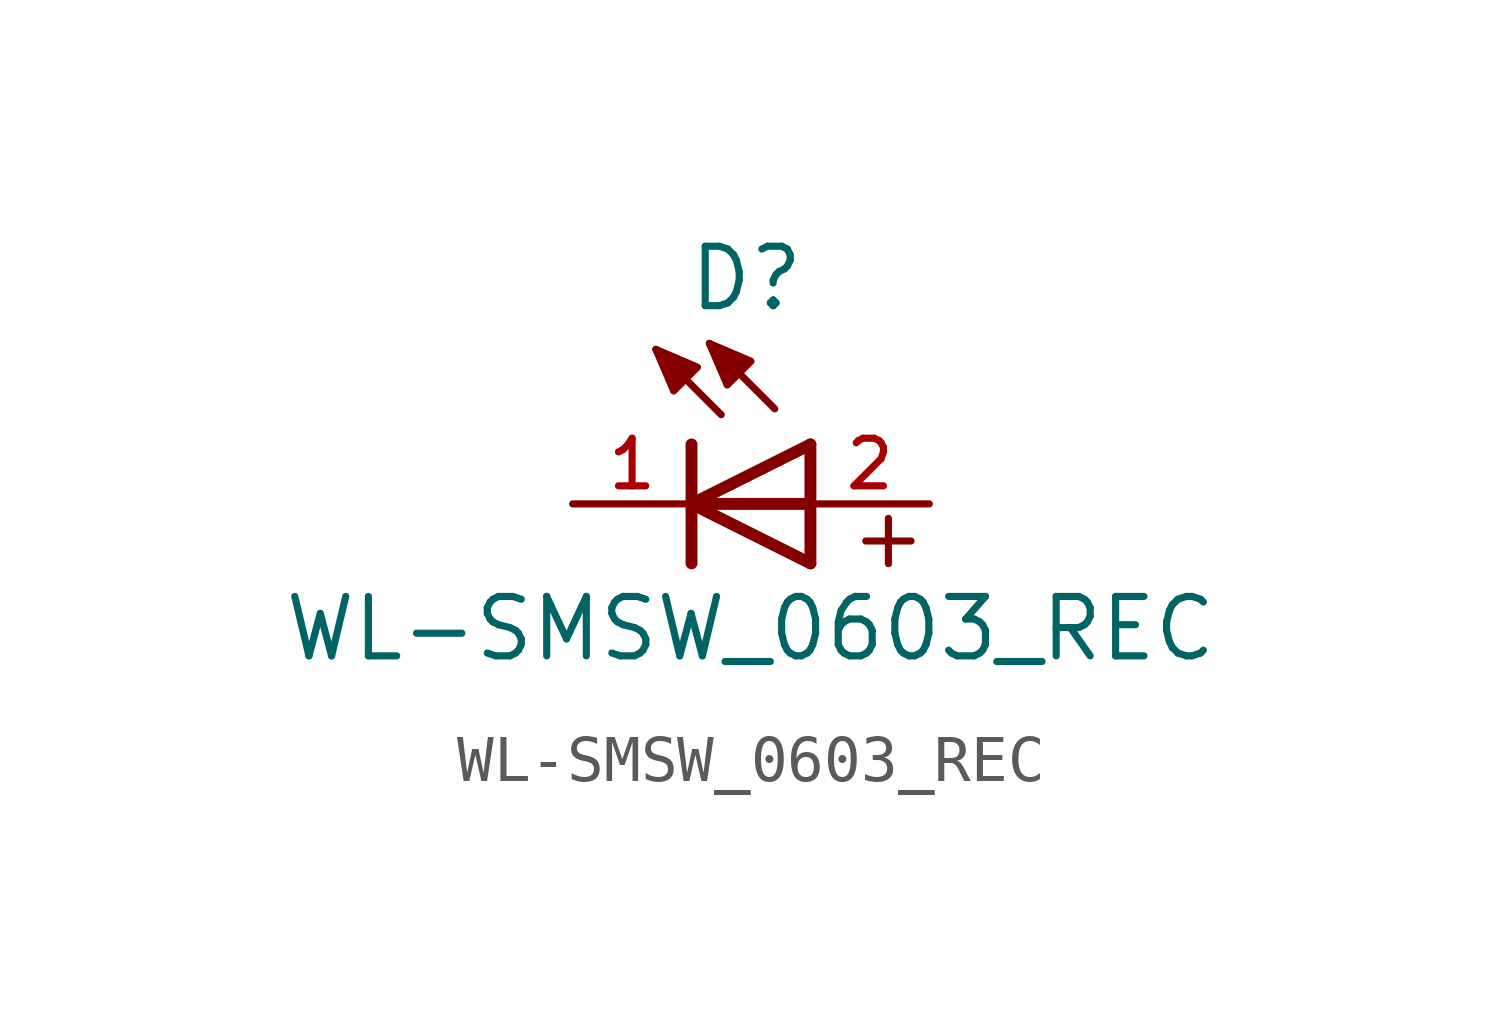
<source format=kicad_sym>
(kicad_symbol_lib
  (version 20211014)
  (generator kicad_symbol_editor)
  (symbol "WL-SMSW_0603_REC"
    (pin_names
      (offset 1.016))
    (property "Reference" "D"
      (at 1.17 4.072 0)
      (effects (font (size 1.27 1.27)) (justify bottom)))
    (property "Value" "WL-SMSW_0603_REC"
      (at 1.26 -3.41 0)
      (effects (font (size 1.27 1.27)) (justify bottom)))
    (symbol "WL-SMSW_0603_REC_0_0"
      (text "+" (at 3.32 -1.44 0) (effects (font (size 1.27 1.27)) (justify bottom left)))
      (polyline (pts (xy 2.54 -1.27) (xy 0.0 0.0)) (stroke (width 0.254)))
      (polyline (pts (xy 0.0 0.0) (xy 2.54 1.27)) (stroke (width 0.254)))
      (polyline (pts (xy 0.0 -1.27) (xy 0.0 0.0)) (stroke (width 0.254)))
      (polyline (pts (xy 0.0 0.0) (xy 0.0 1.27)) (stroke (width 0.254)))
      (polyline (pts (xy 2.54 -1.27) (xy 2.54 0.0)) (stroke (width 0.254)))
      (polyline (pts (xy 2.54 0.0) (xy 2.54 1.27)) (stroke (width 0.254)))
      (polyline (pts (xy 1.778 2.032) (xy 0.381 3.429)) (stroke (width 0.152)))
      (polyline (pts (xy 0.635 1.905) (xy -0.762 3.302)) (stroke (width 0.152)))
      (polyline (pts (xy 0.0 0.0) (xy 2.54 0.0)) (stroke (width 0.254)))
      (polyline (pts (xy 0.381 3.429) (xy 1.27 3.048) (xy 0.762 2.54) (xy 0.381 3.429)) (stroke (width 0.152)) (fill (type outline)))
      (polyline (pts (xy -0.762 3.302) (xy 0.127 2.921) (xy -0.381 2.413) (xy -0.762 3.302)) (stroke (width 0.152)) (fill (type outline)))
      (pin passive line (at -2.54 0.0 0) (length 2.54) (name "~" (effects (font (size 1.016 1.016)))) (number "1" (effects (font (size 1.016 1.016)))))
      (pin passive line (at 5.08 0.0 180.0) (length 2.54) (name "~" (effects (font (size 1.016 1.016)))) (number "2" (effects (font (size 1.016 1.016))))))))
</source>
